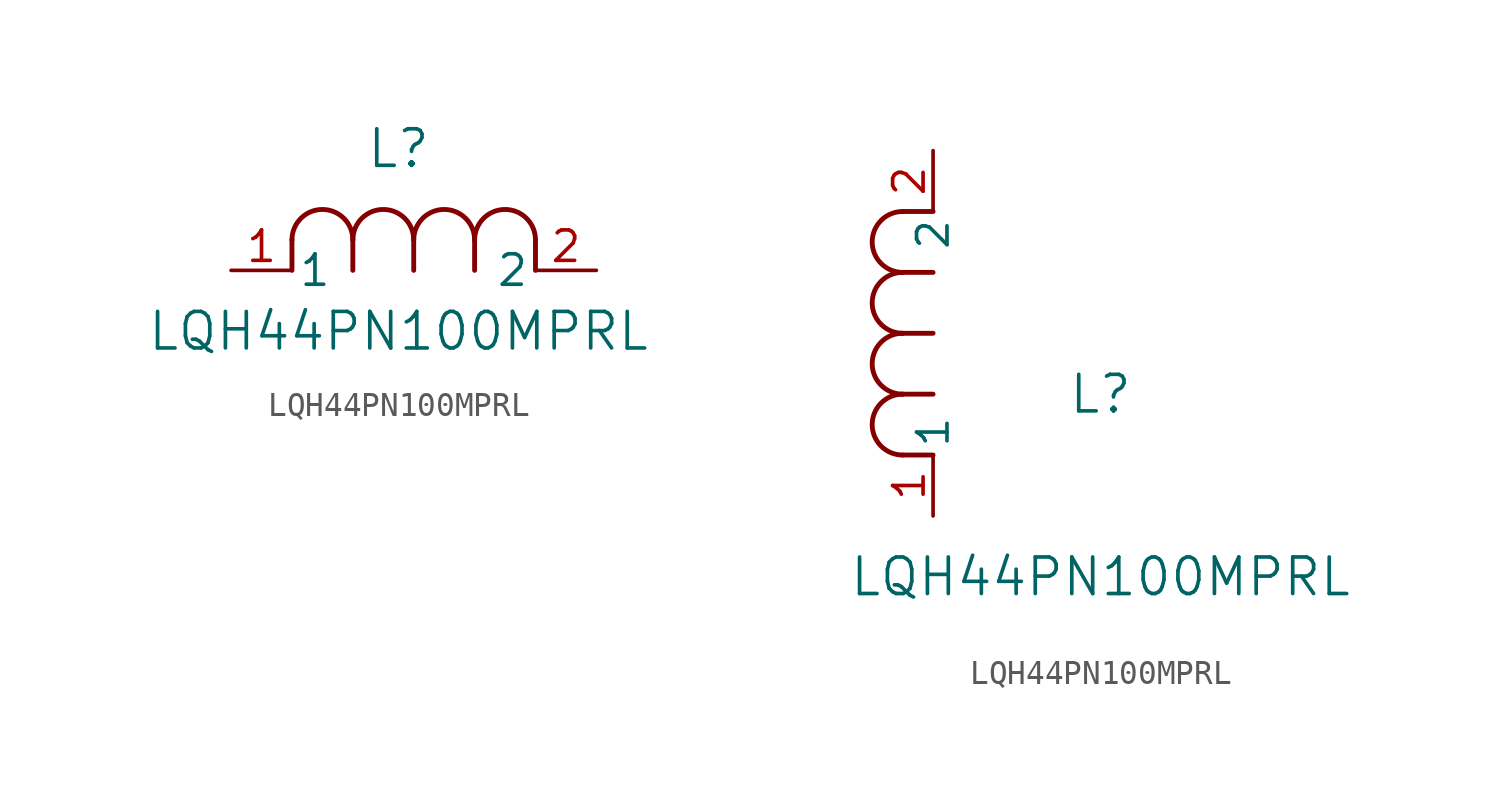
<source format=kicad_sym>
(kicad_symbol_lib
  (version 20211014)
  (generator kicad_symbol_editor)
  (symbol "LQH44PN100MPRL"
    (pin_names
      (offset 0.254))
    (property "Reference" "L"
      (at 6.985 5.08 0)
      (effects (font (size 1.524 1.524))))
    (property "Value" "LQH44PN100MPRL"
      (at 6.985 -2.54 0)
      (effects (font (size 1.524 1.524))))
    (symbol "LQH44PN100MPRL_1_1"
      (arc (start 7.62 1.27) (mid 6.35 2.54) (end 5.08 1.27) (stroke (width 0.2032) (type default) (color 0 0 0 0)) (fill (type none)))
      (polyline (pts (xy 5.08 0) (xy 5.08 1.27)) (stroke (width 0.203) (type default) (color 0 0 0 0)) (fill (type none)))
      (polyline (pts (xy 7.62 0) (xy 7.62 1.27)) (stroke (width 0.203) (type default) (color 0 0 0 0)) (fill (type none)))
      (polyline (pts (xy 12.7 0) (xy 12.7 1.27)) (stroke (width 0.203) (type default) (color 0 0 0 0)) (fill (type none)))
      (arc (start 5.08 1.27) (mid 3.81 2.54) (end 2.54 1.27) (stroke (width 0.2032) (type default) (color 0 0 0 0)) (fill (type none)))
      (arc (start 10.16 1.27) (mid 8.89 2.54) (end 7.62 1.27) (stroke (width 0.2032) (type default) (color 0 0 0 0)) (fill (type none)))
      (arc (start 12.7 1.27) (mid 11.43 2.54) (end 10.16 1.27) (stroke (width 0.2032) (type default) (color 0 0 0 0)) (fill (type none)))
      (polyline (pts (xy 2.54 0) (xy 2.54 1.27)) (stroke (width 0.203) (type default) (color 0 0 0 0)) (fill (type none)))
      (polyline (pts (xy 10.16 0) (xy 10.16 1.27)) (stroke (width 0.203) (type default) (color 0 0 0 0)) (fill (type none)))
      (pin unspecified line (at 15.24 0 180) (length 2.54) (name "2" (effects (font (size 1.27 1.27)))) (number "2" (effects (font (size 1.27 1.27)))))
      (pin unspecified line (at 0 0 0) (length 2.54) (name "1" (effects (font (size 1.27 1.27)))) (number "1" (effects (font (size 1.27 1.27))))))
    (symbol "LQH44PN100MPRL_1_2"
      (arc (start -1.27 7.62) (mid -2.54 6.35) (end -1.27 5.08) (stroke (width 0.2032) (type default) (color 0 0 0 0)) (fill (type none)))
      (arc (start -1.27 5.08) (mid -2.54 3.81) (end -1.27 2.54) (stroke (width 0.2032) (type default) (color 0 0 0 0)) (fill (type none)))
      (arc (start -1.27 12.7) (mid -2.54 11.43) (end -1.27 10.16) (stroke (width 0.2032) (type default) (color 0 0 0 0)) (fill (type none)))
      (arc (start -1.27 10.16) (mid -2.54 8.89) (end -1.27 7.62) (stroke (width 0.2032) (type default) (color 0 0 0 0)) (fill (type none)))
      (polyline (pts (xy 0 7.62) (xy -1.27 7.62)) (stroke (width 0.203) (type default) (color 0 0 0 0)) (fill (type none)))
      (polyline (pts (xy 0 5.08) (xy -1.27 5.08)) (stroke (width 0.203) (type default) (color 0 0 0 0)) (fill (type none)))
      (polyline (pts (xy 0 12.7) (xy -1.27 12.7)) (stroke (width 0.203) (type default) (color 0 0 0 0)) (fill (type none)))
      (polyline (pts (xy 0 2.54) (xy -1.27 2.54)) (stroke (width 0.203) (type default) (color 0 0 0 0)) (fill (type none)))
      (polyline (pts (xy 0 10.16) (xy -1.27 10.16)) (stroke (width 0.203) (type default) (color 0 0 0 0)) (fill (type none)))
      (pin unspecified line (at 0 15.24 270) (length 2.54) (name "2" (effects (font (size 1.27 1.27)))) (number "2" (effects (font (size 1.27 1.27)))))
      (pin unspecified line (at 0 0 90) (length 2.54) (name "1" (effects (font (size 1.27 1.27)))) (number "1" (effects (font (size 1.27 1.27))))))))
</source>
